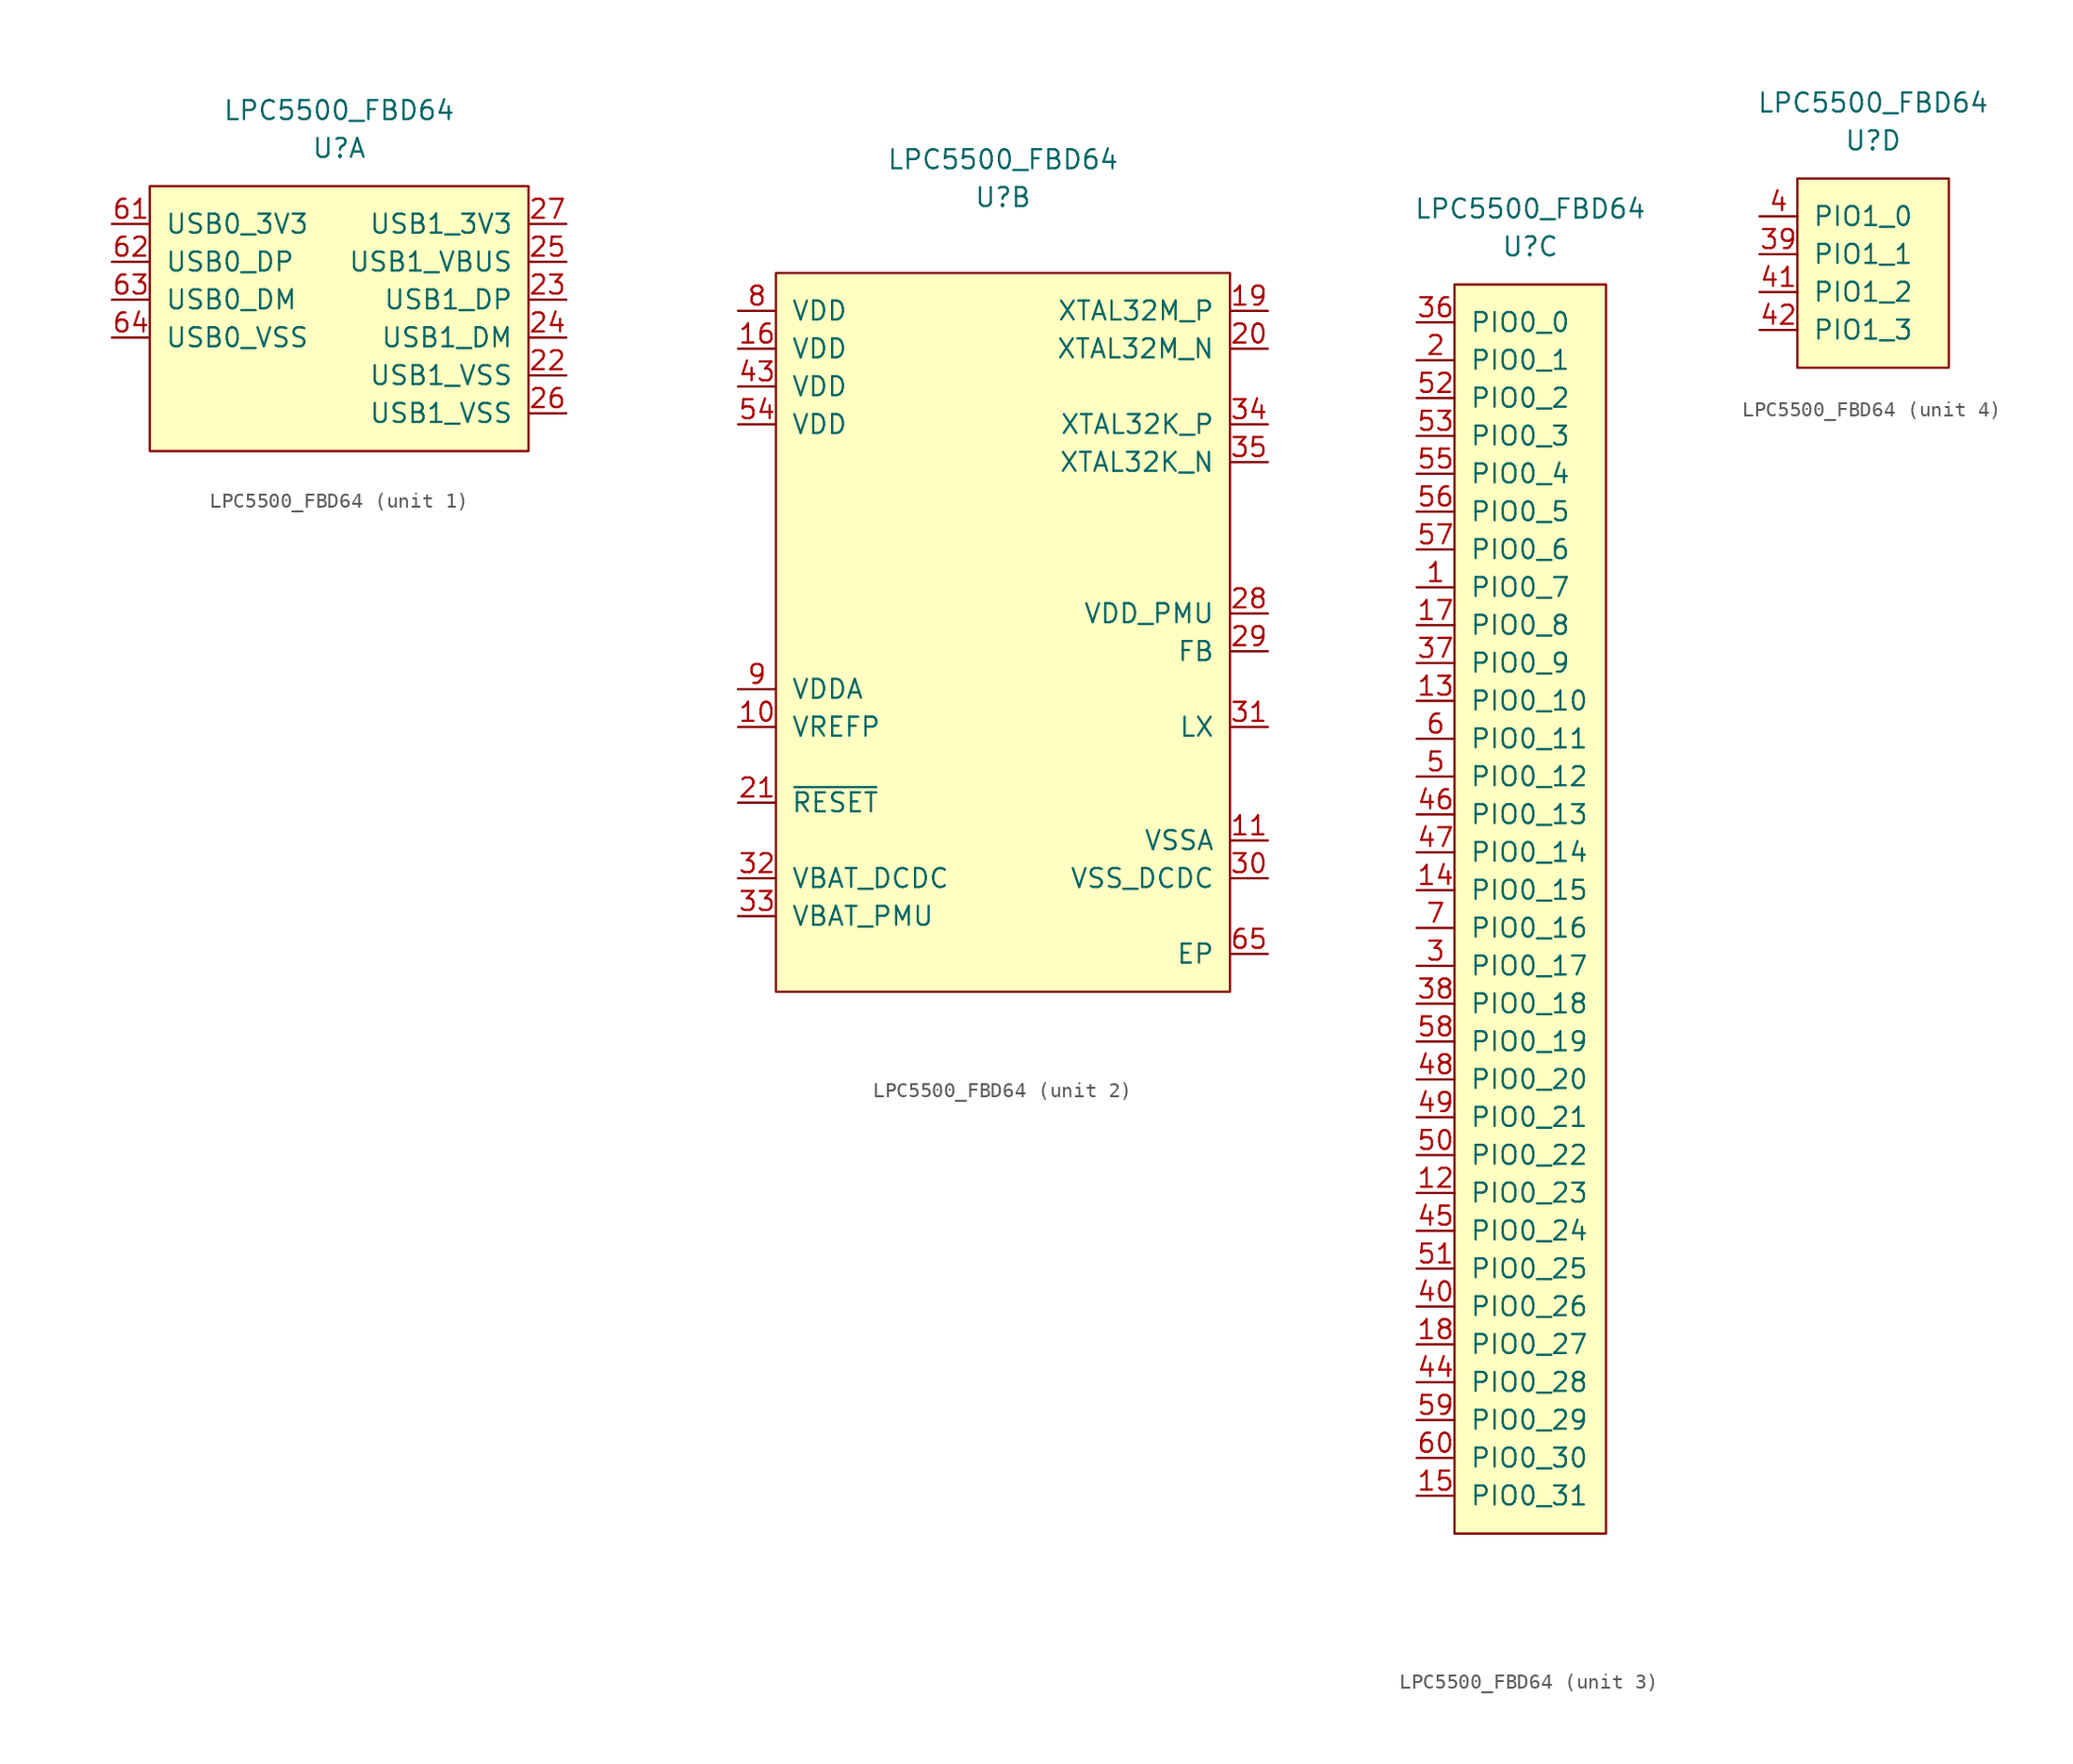
<source format=kicad_sym>
(kicad_symbol_lib
  (version 20211014)
  (generator kicad_symbol_editor)
  (symbol "LPC5500_FBD64"
    (pin_names
      (offset 1.016))
    (property "Reference" "U"
      (at 0 10.16 0)
      (effects (font (size 1.27 1.27))))
    (property "Value" "LPC5500_FBD64"
      (at 0 12.7 0)
      (effects (font (size 1.27 1.27))))
    (property "ki_locked" ""
      (at 0 0 0)
      (effects (font (size 1.27 1.27))))
    (symbol "LPC5500_FBD64_1_1"
      (rectangle (start -12.7 7.62) (end 12.7 -10.16) (stroke (width 0) (type default) (color 0 0 0 0)) (fill (type background)))
      (pin power_in line (at 15.24 -5.08 180) (length 2.54) (name "USB1_VSS" (effects (font (size 1.27 1.27)))) (number "22" (effects (font (size 1.27 1.27)))))
      (pin bidirectional line (at 15.24 0 180) (length 2.54) (name "USB1_DP" (effects (font (size 1.27 1.27)))) (number "23" (effects (font (size 1.27 1.27)))))
      (pin bidirectional line (at 15.24 -2.54 180) (length 2.54) (name "USB1_DM" (effects (font (size 1.27 1.27)))) (number "24" (effects (font (size 1.27 1.27)))))
      (pin power_in line (at 15.24 2.54 180) (length 2.54) (name "USB1_VBUS" (effects (font (size 1.27 1.27)))) (number "25" (effects (font (size 1.27 1.27)))))
      (pin power_in line (at 15.24 -7.62 180) (length 2.54) (name "USB1_VSS" (effects (font (size 1.27 1.27)))) (number "26" (effects (font (size 1.27 1.27)))))
      (pin power_in line (at 15.24 5.08 180) (length 2.54) (name "USB1_3V3" (effects (font (size 1.27 1.27)))) (number "27" (effects (font (size 1.27 1.27)))))
      (pin power_in line (at -15.24 5.08 0) (length 2.54) (name "USB0_3V3" (effects (font (size 1.27 1.27)))) (number "61" (effects (font (size 1.27 1.27)))))
      (pin bidirectional line (at -15.24 2.54 0) (length 2.54) (name "USB0_DP" (effects (font (size 1.27 1.27)))) (number "62" (effects (font (size 1.27 1.27)))))
      (pin bidirectional line (at -15.24 0 0) (length 2.54) (name "USB0_DM" (effects (font (size 1.27 1.27)))) (number "63" (effects (font (size 1.27 1.27)))))
      (pin power_in line (at -15.24 -2.54 0) (length 2.54) (name "USB0_VSS" (effects (font (size 1.27 1.27)))) (number "64" (effects (font (size 1.27 1.27))))))
    (symbol "LPC5500_FBD64_2_1"
      (rectangle (start -15.24 5.08) (end 15.24 -43.18) (stroke (width 0) (type default) (color 0 0 0 0)) (fill (type background)))
      (pin power_in line (at -17.78 -25.4 0) (length 2.54) (name "VREFP" (effects (font (size 1.27 1.27)))) (number "10" (effects (font (size 1.27 1.27)))))
      (pin power_in line (at 17.78 -33.02 180) (length 2.54) (name "VSSA" (effects (font (size 1.27 1.27)))) (number "11" (effects (font (size 1.27 1.27)))))
      (pin power_in line (at -17.78 0 0) (length 2.54) (name "VDD" (effects (font (size 1.27 1.27)))) (number "16" (effects (font (size 1.27 1.27)))))
      (pin input line (at 17.78 2.54 180) (length 2.54) (name "XTAL32M_P" (effects (font (size 1.27 1.27)))) (number "19" (effects (font (size 1.27 1.27)))))
      (pin input line (at 17.78 0 180) (length 2.54) (name "XTAL32M_N" (effects (font (size 1.27 1.27)))) (number "20" (effects (font (size 1.27 1.27)))))
      (pin input line (at -17.78 -30.48 0) (length 2.54) (name "~{RESET}" (effects (font (size 1.27 1.27)))) (number "21" (effects (font (size 1.27 1.27)))))
      (pin power_in line (at 17.78 -17.78 180) (length 2.54) (name "VDD_PMU" (effects (font (size 1.27 1.27)))) (number "28" (effects (font (size 1.27 1.27)))))
      (pin power_in line (at 17.78 -20.32 180) (length 2.54) (name "FB" (effects (font (size 1.27 1.27)))) (number "29" (effects (font (size 1.27 1.27)))))
      (pin power_in line (at 17.78 -35.56 180) (length 2.54) (name "VSS_DCDC" (effects (font (size 1.27 1.27)))) (number "30" (effects (font (size 1.27 1.27)))))
      (pin power_out line (at 17.78 -25.4 180) (length 2.54) (name "LX" (effects (font (size 1.27 1.27)))) (number "31" (effects (font (size 1.27 1.27)))))
      (pin power_in line (at -17.78 -35.56 0) (length 2.54) (name "VBAT_DCDC" (effects (font (size 1.27 1.27)))) (number "32" (effects (font (size 1.27 1.27)))))
      (pin power_in line (at -17.78 -38.1 0) (length 2.54) (name "VBAT_PMU" (effects (font (size 1.27 1.27)))) (number "33" (effects (font (size 1.27 1.27)))))
      (pin input line (at 17.78 -5.08 180) (length 2.54) (name "XTAL32K_P" (effects (font (size 1.27 1.27)))) (number "34" (effects (font (size 1.27 1.27)))))
      (pin input line (at 17.78 -7.62 180) (length 2.54) (name "XTAL32K_N" (effects (font (size 1.27 1.27)))) (number "35" (effects (font (size 1.27 1.27)))))
      (pin power_in line (at -17.78 -2.54 0) (length 2.54) (name "VDD" (effects (font (size 1.27 1.27)))) (number "43" (effects (font (size 1.27 1.27)))))
      (pin power_in line (at -17.78 -5.08 0) (length 2.54) (name "VDD" (effects (font (size 1.27 1.27)))) (number "54" (effects (font (size 1.27 1.27)))))
      (pin power_in line (at 17.78 -40.64 180) (length 2.54) (name "EP" (effects (font (size 1.27 1.27)))) (number "65" (effects (font (size 1.27 1.27)))))
      (pin power_in line (at -17.78 2.54 0) (length 2.54) (name "VDD" (effects (font (size 1.27 1.27)))) (number "8" (effects (font (size 1.27 1.27)))))
      (pin power_in line (at -17.78 -22.86 0) (length 2.54) (name "VDDA" (effects (font (size 1.27 1.27)))) (number "9" (effects (font (size 1.27 1.27))))))
    (symbol "LPC5500_FBD64_3_1"
      (rectangle (start -5.08 7.62) (end 5.08 -76.2) (stroke (width 0) (type default) (color 0 0 0 0)) (fill (type background)))
      (pin bidirectional line (at -7.62 -12.7 0) (length 2.54) (name "PIO0_7" (effects (font (size 1.27 1.27)))) (number "1" (effects (font (size 1.27 1.27)))))
      (pin bidirectional line (at -7.62 -53.34 0) (length 2.54) (name "PIO0_23" (effects (font (size 1.27 1.27)))) (number "12" (effects (font (size 1.27 1.27)))))
      (pin bidirectional line (at -7.62 -20.32 0) (length 2.54) (name "PIO0_10" (effects (font (size 1.27 1.27)))) (number "13" (effects (font (size 1.27 1.27)))))
      (pin bidirectional line (at -7.62 -33.02 0) (length 2.54) (name "PIO0_15" (effects (font (size 1.27 1.27)))) (number "14" (effects (font (size 1.27 1.27)))))
      (pin bidirectional line (at -7.62 -73.66 0) (length 2.54) (name "PIO0_31" (effects (font (size 1.27 1.27)))) (number "15" (effects (font (size 1.27 1.27)))))
      (pin bidirectional line (at -7.62 -15.24 0) (length 2.54) (name "PIO0_8" (effects (font (size 1.27 1.27)))) (number "17" (effects (font (size 1.27 1.27)))))
      (pin bidirectional line (at -7.62 -63.5 0) (length 2.54) (name "PIO0_27" (effects (font (size 1.27 1.27)))) (number "18" (effects (font (size 1.27 1.27)))))
      (pin bidirectional line (at -7.62 2.54 0) (length 2.54) (name "PIO0_1" (effects (font (size 1.27 1.27)))) (number "2" (effects (font (size 1.27 1.27)))))
      (pin bidirectional line (at -7.62 -38.1 0) (length 2.54) (name "PIO0_17" (effects (font (size 1.27 1.27)))) (number "3" (effects (font (size 1.27 1.27)))))
      (pin bidirectional line (at -7.62 5.08 0) (length 2.54) (name "PIO0_0" (effects (font (size 1.27 1.27)))) (number "36" (effects (font (size 1.27 1.27)))))
      (pin bidirectional line (at -7.62 -17.78 0) (length 2.54) (name "PIO0_9" (effects (font (size 1.27 1.27)))) (number "37" (effects (font (size 1.27 1.27)))))
      (pin bidirectional line (at -7.62 -40.64 0) (length 2.54) (name "PIO0_18" (effects (font (size 1.27 1.27)))) (number "38" (effects (font (size 1.27 1.27)))))
      (pin bidirectional line (at -7.62 -60.96 0) (length 2.54) (name "PIO0_26" (effects (font (size 1.27 1.27)))) (number "40" (effects (font (size 1.27 1.27)))))
      (pin bidirectional line (at -7.62 -66.04 0) (length 2.54) (name "PIO0_28" (effects (font (size 1.27 1.27)))) (number "44" (effects (font (size 1.27 1.27)))))
      (pin bidirectional line (at -7.62 -55.88 0) (length 2.54) (name "PIO0_24" (effects (font (size 1.27 1.27)))) (number "45" (effects (font (size 1.27 1.27)))))
      (pin bidirectional line (at -7.62 -27.94 0) (length 2.54) (name "PIO0_13" (effects (font (size 1.27 1.27)))) (number "46" (effects (font (size 1.27 1.27)))))
      (pin bidirectional line (at -7.62 -30.48 0) (length 2.54) (name "PIO0_14" (effects (font (size 1.27 1.27)))) (number "47" (effects (font (size 1.27 1.27)))))
      (pin bidirectional line (at -7.62 -45.72 0) (length 2.54) (name "PIO0_20" (effects (font (size 1.27 1.27)))) (number "48" (effects (font (size 1.27 1.27)))))
      (pin bidirectional line (at -7.62 -48.26 0) (length 2.54) (name "PIO0_21" (effects (font (size 1.27 1.27)))) (number "49" (effects (font (size 1.27 1.27)))))
      (pin bidirectional line (at -7.62 -25.4 0) (length 2.54) (name "PIO0_12" (effects (font (size 1.27 1.27)))) (number "5" (effects (font (size 1.27 1.27)))))
      (pin bidirectional line (at -7.62 -50.8 0) (length 2.54) (name "PIO0_22" (effects (font (size 1.27 1.27)))) (number "50" (effects (font (size 1.27 1.27)))))
      (pin bidirectional line (at -7.62 -58.42 0) (length 2.54) (name "PIO0_25" (effects (font (size 1.27 1.27)))) (number "51" (effects (font (size 1.27 1.27)))))
      (pin bidirectional line (at -7.62 0 0) (length 2.54) (name "PIO0_2" (effects (font (size 1.27 1.27)))) (number "52" (effects (font (size 1.27 1.27)))))
      (pin bidirectional line (at -7.62 -2.54 0) (length 2.54) (name "PIO0_3" (effects (font (size 1.27 1.27)))) (number "53" (effects (font (size 1.27 1.27)))))
      (pin bidirectional line (at -7.62 -5.08 0) (length 2.54) (name "PIO0_4" (effects (font (size 1.27 1.27)))) (number "55" (effects (font (size 1.27 1.27)))))
      (pin bidirectional line (at -7.62 -7.62 0) (length 2.54) (name "PIO0_5" (effects (font (size 1.27 1.27)))) (number "56" (effects (font (size 1.27 1.27)))))
      (pin bidirectional line (at -7.62 -10.16 0) (length 2.54) (name "PIO0_6" (effects (font (size 1.27 1.27)))) (number "57" (effects (font (size 1.27 1.27)))))
      (pin bidirectional line (at -7.62 -43.18 0) (length 2.54) (name "PIO0_19" (effects (font (size 1.27 1.27)))) (number "58" (effects (font (size 1.27 1.27)))))
      (pin bidirectional line (at -7.62 -68.58 0) (length 2.54) (name "PIO0_29" (effects (font (size 1.27 1.27)))) (number "59" (effects (font (size 1.27 1.27)))))
      (pin bidirectional line (at -7.62 -22.86 0) (length 2.54) (name "PIO0_11" (effects (font (size 1.27 1.27)))) (number "6" (effects (font (size 1.27 1.27)))))
      (pin bidirectional line (at -7.62 -71.12 0) (length 2.54) (name "PIO0_30" (effects (font (size 1.27 1.27)))) (number "60" (effects (font (size 1.27 1.27)))))
      (pin bidirectional line (at -7.62 -35.56 0) (length 2.54) (name "PIO0_16" (effects (font (size 1.27 1.27)))) (number "7" (effects (font (size 1.27 1.27))))))
    (symbol "LPC5500_FBD64_4_1"
      (rectangle (start -5.08 7.62) (end 5.08 -5.08) (stroke (width 0) (type default) (color 0 0 0 0)) (fill (type background)))
      (pin bidirectional line (at -7.62 2.54 0) (length 2.54) (name "PIO1_1" (effects (font (size 1.27 1.27)))) (number "39" (effects (font (size 1.27 1.27)))))
      (pin bidirectional line (at -7.62 5.08 0) (length 2.54) (name "PIO1_0" (effects (font (size 1.27 1.27)))) (number "4" (effects (font (size 1.27 1.27)))))
      (pin bidirectional line (at -7.62 0 0) (length 2.54) (name "PIO1_2" (effects (font (size 1.27 1.27)))) (number "41" (effects (font (size 1.27 1.27)))))
      (pin bidirectional line (at -7.62 -2.54 0) (length 2.54) (name "PIO1_3" (effects (font (size 1.27 1.27)))) (number "42" (effects (font (size 1.27 1.27))))))))
</source>
